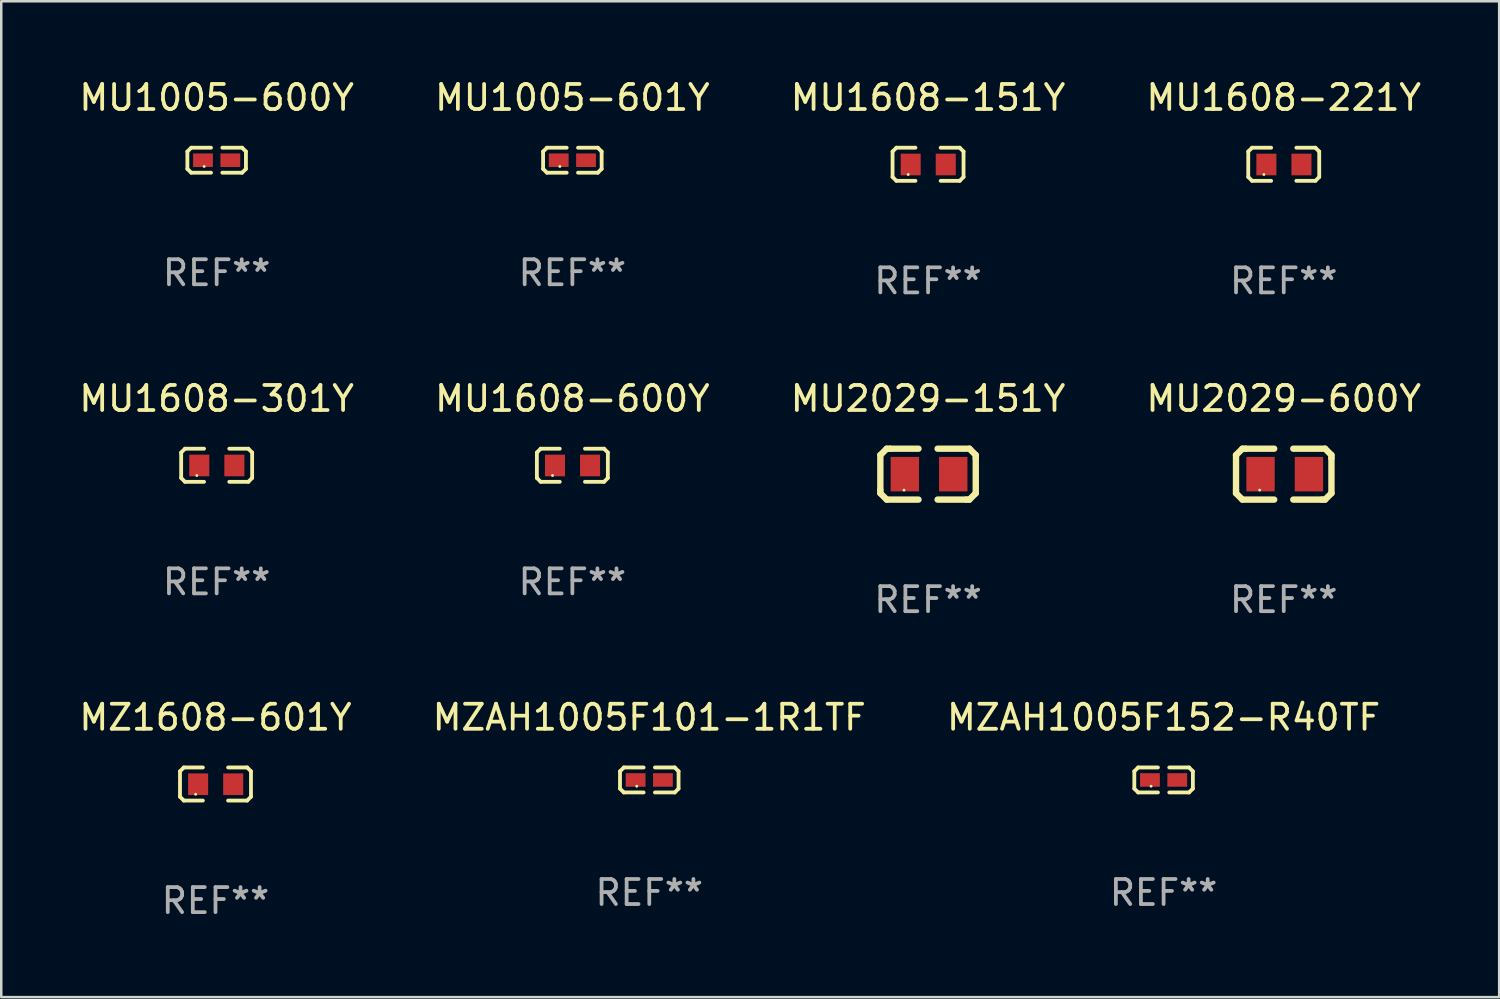
<source format=kicad_pcb>
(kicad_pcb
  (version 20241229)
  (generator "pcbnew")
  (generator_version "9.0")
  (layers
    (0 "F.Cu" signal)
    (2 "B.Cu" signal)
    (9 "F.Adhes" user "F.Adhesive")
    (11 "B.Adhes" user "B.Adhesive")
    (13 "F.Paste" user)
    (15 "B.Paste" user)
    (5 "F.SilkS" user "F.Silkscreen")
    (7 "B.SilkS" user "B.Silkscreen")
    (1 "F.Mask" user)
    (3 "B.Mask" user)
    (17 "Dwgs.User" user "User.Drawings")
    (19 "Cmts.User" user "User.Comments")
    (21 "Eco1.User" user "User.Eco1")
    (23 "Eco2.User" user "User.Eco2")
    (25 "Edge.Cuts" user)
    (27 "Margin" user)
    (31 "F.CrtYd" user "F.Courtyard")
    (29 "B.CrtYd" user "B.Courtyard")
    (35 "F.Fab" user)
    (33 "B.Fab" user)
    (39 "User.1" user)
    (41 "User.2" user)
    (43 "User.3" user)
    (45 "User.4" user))
  (footprint "MZAH1005F101-1R1TF"
    (layer "F.Cu")
    (at 22.875 28.093)
    (property "Reference" "MZAH1005F101-1R1TF" (at 0 -2.499 0) (layer "F.SilkS") (effects (font (size 1 1) (thickness 0.15))))
    (attr through_hole)
    (fp_line (start -1.169 -0.346) (end -1.016 -0.499) (stroke (width 0.152) (type solid)) (layer "F.SilkS"))
    (fp_line (start -1.169 0.346) (end -1.169 -0.346) (stroke (width 0.152) (type solid)) (layer "F.SilkS"))
    (fp_line (start -1.016 -0.499) (end -0.226 -0.499) (stroke (width 0.152) (type solid)) (layer "F.SilkS"))
    (fp_line (start -1.016 0.499) (end -1.169 0.346) (stroke (width 0.152) (type solid)) (layer "F.SilkS"))
    (fp_line (start -0.226 0.499) (end -1.016 0.499) (stroke (width 0.152) (type solid)) (layer "F.SilkS"))
    (fp_line (start 0.226 0.499) (end 1.016 0.499) (stroke (width 0.152) (type solid)) (layer "F.SilkS"))
    (fp_line (start 1.016 -0.499) (end 0.226 -0.499) (stroke (width 0.152) (type solid)) (layer "F.SilkS"))
    (fp_line (start 1.016 0.499) (end 1.169 0.346) (stroke (width 0.152) (type solid)) (layer "F.SilkS"))
    (fp_line (start 1.169 -0.346) (end 1.016 -0.499) (stroke (width 0.152) (type solid)) (layer "F.SilkS"))
    (fp_line (start 1.169 0.346) (end 1.169 -0.346) (stroke (width 0.152) (type solid)) (layer "F.SilkS"))
    (fp_circle (center -0.5 0.25) (end -0.47 0.25) (stroke (width 0.06) (type solid)) (fill no) (layer "F.SilkS"))
    (fp_text user "REF**" (at 0 4.499 0) (layer "F.Fab") (effects (font (size 1 1) (thickness 0.15))))
    (pad "1" smd rect (at -0.545 0) (size 0.79 0.54) (layers "F.Cu" "F.Mask" "F.Paste"))
    (pad "2" smd rect (at 0.545 0) (size 0.79 0.54) (layers "F.Cu" "F.Mask" "F.Paste")))
  (footprint "MU1005-601Y"
    (layer "F.Cu")
    (at 19.804 3.347)
    (property "Reference" "MU1005-601Y" (at 0 -2.499 0) (layer "F.SilkS") (effects (font (size 1 1) (thickness 0.15))))
    (attr through_hole)
    (fp_line (start -1.169 -0.346) (end -1.016 -0.499) (stroke (width 0.152) (type solid)) (layer "F.SilkS"))
    (fp_line (start -1.169 0.346) (end -1.169 -0.346) (stroke (width 0.152) (type solid)) (layer "F.SilkS"))
    (fp_line (start -1.016 -0.499) (end -0.226 -0.499) (stroke (width 0.152) (type solid)) (layer "F.SilkS"))
    (fp_line (start -1.016 0.499) (end -1.169 0.346) (stroke (width 0.152) (type solid)) (layer "F.SilkS"))
    (fp_line (start -0.226 0.499) (end -1.016 0.499) (stroke (width 0.152) (type solid)) (layer "F.SilkS"))
    (fp_line (start 0.226 0.499) (end 1.016 0.499) (stroke (width 0.152) (type solid)) (layer "F.SilkS"))
    (fp_line (start 1.016 -0.499) (end 0.226 -0.499) (stroke (width 0.152) (type solid)) (layer "F.SilkS"))
    (fp_line (start 1.016 0.499) (end 1.169 0.346) (stroke (width 0.152) (type solid)) (layer "F.SilkS"))
    (fp_line (start 1.169 -0.346) (end 1.016 -0.499) (stroke (width 0.152) (type solid)) (layer "F.SilkS"))
    (fp_line (start 1.169 0.346) (end 1.169 -0.346) (stroke (width 0.152) (type solid)) (layer "F.SilkS"))
    (fp_circle (center -0.5 0.25) (end -0.47 0.25) (stroke (width 0.06) (type solid)) (fill no) (layer "F.SilkS"))
    (fp_text user "REF**" (at 0 4.499 0) (layer "F.Fab") (effects (font (size 1 1) (thickness 0.15))))
    (pad "1" smd rect (at -0.545 0) (size 0.79 0.54) (layers "F.Cu" "F.Mask" "F.Paste"))
    (pad "2" smd rect (at 0.545 0) (size 0.79 0.54) (layers "F.Cu" "F.Mask" "F.Paste")))
  (footprint "MU1608-151Y"
    (layer "F.Cu")
    (at 34.006 3.509)
    (property "Reference" "MU1608-151Y" (at 0 -2.661 0) (layer "F.SilkS") (effects (font (size 1 1) (thickness 0.15))))
    (attr through_hole)
    (fp_line (start -1.417 -0.508) (end -1.265 -0.661) (stroke (width 0.152) (type solid)) (layer "F.SilkS"))
    (fp_line (start -1.417 0.508) (end -1.417 -0.508) (stroke (width 0.152) (type solid)) (layer "F.SilkS"))
    (fp_line (start -1.265 -0.661) (end -0.503 -0.661) (stroke (width 0.152) (type solid)) (layer "F.SilkS"))
    (fp_line (start -1.265 0.661) (end -1.417 0.508) (stroke (width 0.152) (type solid)) (layer "F.SilkS"))
    (fp_line (start -1.265 0.661) (end -0.503 0.661) (stroke (width 0.152) (type solid)) (layer "F.SilkS"))
    (fp_line (start 1.265 -0.661) (end 0.503 -0.661) (stroke (width 0.152) (type solid)) (layer "F.SilkS"))
    (fp_line (start 1.265 -0.661) (end 1.417 -0.508) (stroke (width 0.152) (type solid)) (layer "F.SilkS"))
    (fp_line (start 1.265 0.661) (end 0.503 0.661) (stroke (width 0.152) (type solid)) (layer "F.SilkS"))
    (fp_line (start 1.417 -0.508) (end 1.417 0.508) (stroke (width 0.152) (type solid)) (layer "F.SilkS"))
    (fp_line (start 1.417 0.508) (end 1.265 0.661) (stroke (width 0.152) (type solid)) (layer "F.SilkS"))
    (fp_circle (center -0.793 0.409) (end -0.763 0.409) (stroke (width 0.06) (type solid)) (fill no) (layer "F.SilkS"))
    (fp_text user "REF**" (at 0 4.661 0) (layer "F.Fab") (effects (font (size 1 1) (thickness 0.15))))
    (pad "1" smd rect (at -0.693 0.009 180) (size 0.8 0.864) (layers "F.Cu" "F.Mask" "F.Paste"))
    (pad "2" smd rect (at 0.707 0.009 180) (size 0.8 0.864) (layers "F.Cu" "F.Mask" "F.Paste")))
  (footprint "MU1608-221Y"
    (layer "F.Cu")
    (at 48.208 3.509)
    (property "Reference" "MU1608-221Y" (at 0 -2.661 0) (layer "F.SilkS") (effects (font (size 1 1) (thickness 0.15))))
    (attr through_hole)
    (fp_line (start -1.417 -0.508) (end -1.265 -0.661) (stroke (width 0.152) (type solid)) (layer "F.SilkS"))
    (fp_line (start -1.417 0.508) (end -1.417 -0.508) (stroke (width 0.152) (type solid)) (layer "F.SilkS"))
    (fp_line (start -1.265 -0.661) (end -0.503 -0.661) (stroke (width 0.152) (type solid)) (layer "F.SilkS"))
    (fp_line (start -1.265 0.661) (end -1.417 0.508) (stroke (width 0.152) (type solid)) (layer "F.SilkS"))
    (fp_line (start -1.265 0.661) (end -0.503 0.661) (stroke (width 0.152) (type solid)) (layer "F.SilkS"))
    (fp_line (start 1.265 -0.661) (end 0.503 -0.661) (stroke (width 0.152) (type solid)) (layer "F.SilkS"))
    (fp_line (start 1.265 -0.661) (end 1.417 -0.508) (stroke (width 0.152) (type solid)) (layer "F.SilkS"))
    (fp_line (start 1.265 0.661) (end 0.503 0.661) (stroke (width 0.152) (type solid)) (layer "F.SilkS"))
    (fp_line (start 1.417 -0.508) (end 1.417 0.508) (stroke (width 0.152) (type solid)) (layer "F.SilkS"))
    (fp_line (start 1.417 0.508) (end 1.265 0.661) (stroke (width 0.152) (type solid)) (layer "F.SilkS"))
    (fp_circle (center -0.793 0.409) (end -0.763 0.409) (stroke (width 0.06) (type solid)) (fill no) (layer "F.SilkS"))
    (fp_text user "REF**" (at 0 4.661 0) (layer "F.Fab") (effects (font (size 1 1) (thickness 0.15))))
    (pad "1" smd rect (at -0.693 0.009 180) (size 0.8 0.864) (layers "F.Cu" "F.Mask" "F.Paste"))
    (pad "2" smd rect (at 0.707 0.009 180) (size 0.8 0.864) (layers "F.Cu" "F.Mask" "F.Paste")))
  (footprint "MU1608-600Y"
    (layer "F.Cu")
    (at 19.804 15.527)
    (property "Reference" "MU1608-600Y" (at 0 -2.661 0) (layer "F.SilkS") (effects (font (size 1 1) (thickness 0.15))))
    (attr through_hole)
    (fp_line (start -1.417 -0.508) (end -1.265 -0.661) (stroke (width 0.152) (type solid)) (layer "F.SilkS"))
    (fp_line (start -1.417 0.508) (end -1.417 -0.508) (stroke (width 0.152) (type solid)) (layer "F.SilkS"))
    (fp_line (start -1.265 -0.661) (end -0.503 -0.661) (stroke (width 0.152) (type solid)) (layer "F.SilkS"))
    (fp_line (start -1.265 0.661) (end -1.417 0.508) (stroke (width 0.152) (type solid)) (layer "F.SilkS"))
    (fp_line (start -1.265 0.661) (end -0.503 0.661) (stroke (width 0.152) (type solid)) (layer "F.SilkS"))
    (fp_line (start 1.265 -0.661) (end 0.503 -0.661) (stroke (width 0.152) (type solid)) (layer "F.SilkS"))
    (fp_line (start 1.265 -0.661) (end 1.417 -0.508) (stroke (width 0.152) (type solid)) (layer "F.SilkS"))
    (fp_line (start 1.265 0.661) (end 0.503 0.661) (stroke (width 0.152) (type solid)) (layer "F.SilkS"))
    (fp_line (start 1.417 -0.508) (end 1.417 0.508) (stroke (width 0.152) (type solid)) (layer "F.SilkS"))
    (fp_line (start 1.417 0.508) (end 1.265 0.661) (stroke (width 0.152) (type solid)) (layer "F.SilkS"))
    (fp_circle (center -0.793 0.409) (end -0.763 0.409) (stroke (width 0.06) (type solid)) (fill no) (layer "F.SilkS"))
    (fp_text user "REF**" (at 0 4.661 0) (layer "F.Fab") (effects (font (size 1 1) (thickness 0.15))))
    (pad "1" smd rect (at -0.693 0.009 180) (size 0.8 0.864) (layers "F.Cu" "F.Mask" "F.Paste"))
    (pad "2" smd rect (at 0.707 0.009 180) (size 0.8 0.864) (layers "F.Cu" "F.Mask" "F.Paste")))
  (footprint "MU2029-151Y"
    (layer "F.Cu")
    (at 34.006 15.882)
    (property "Reference" "MU2029-151Y" (at 0 -3.016 0) (layer "F.SilkS") (effects (font (size 1 1) (thickness 0.15))))
    (attr through_hole)
    (fp_line (start -1.905 -0.762) (end -1.905 0.635) (stroke (width 0.254) (type solid)) (layer "F.SilkS"))
    (fp_line (start -1.905 0.635) (end -1.905 0.762) (stroke (width 0.254) (type solid)) (layer "F.SilkS"))
    (fp_line (start -1.905 0.762) (end -1.651 1.016) (stroke (width 0.254) (type solid)) (layer "F.SilkS"))
    (fp_line (start -1.651 -1.016) (end -1.905 -0.762) (stroke (width 0.254) (type solid)) (layer "F.SilkS"))
    (fp_line (start -1.651 1.016) (end -0.381 1.016) (stroke (width 0.254) (type solid)) (layer "F.SilkS"))
    (fp_line (start -1.524 -1.016) (end -1.651 -1.016) (stroke (width 0.254) (type solid)) (layer "F.SilkS"))
    (fp_line (start -0.381 -1.016) (end -1.524 -1.016) (stroke (width 0.254) (type solid)) (layer "F.SilkS"))
    (fp_line (start 0.381 1.016) (end 1.524 1.016) (stroke (width 0.254) (type solid)) (layer "F.SilkS"))
    (fp_line (start 1.524 1.016) (end 1.651 1.016) (stroke (width 0.254) (type solid)) (layer "F.SilkS"))
    (fp_line (start 1.651 -1.016) (end 0.381 -1.016) (stroke (width 0.254) (type solid)) (layer "F.SilkS"))
    (fp_line (start 1.651 1.016) (end 1.905 0.762) (stroke (width 0.254) (type solid)) (layer "F.SilkS"))
    (fp_line (start 1.905 -0.762) (end 1.651 -1.016) (stroke (width 0.254) (type solid)) (layer "F.SilkS"))
    (fp_line (start 1.905 -0.635) (end 1.905 -0.762) (stroke (width 0.254) (type solid)) (layer "F.SilkS"))
    (fp_line (start 1.905 0.762) (end 1.905 -0.635) (stroke (width 0.254) (type solid)) (layer "F.SilkS"))
    (fp_circle (center -0.96 0.637) (end -0.93 0.637) (stroke (width 0.06) (type solid)) (fill no) (layer "F.SilkS"))
    (fp_text user "REF**" (at 0 5.016 0) (layer "F.Fab") (effects (font (size 1 1) (thickness 0.15))))
    (pad "1" smd rect (at -0.926 -0.000051) (size 1.133 1.377) (layers "F.Cu" "F.Mask" "F.Paste"))
    (pad "2" smd rect (at 1.006 -0.000051) (size 1.133 1.377) (layers "F.Cu" "F.Mask" "F.Paste")))
  (footprint "MU1608-301Y"
    (layer "F.Cu")
    (at 5.601 15.527)
    (property "Reference" "MU1608-301Y" (at 0 -2.661 0) (layer "F.SilkS") (effects (font (size 1 1) (thickness 0.15))))
    (attr through_hole)
    (fp_line (start -1.417 -0.508) (end -1.265 -0.661) (stroke (width 0.152) (type solid)) (layer "F.SilkS"))
    (fp_line (start -1.417 0.508) (end -1.417 -0.508) (stroke (width 0.152) (type solid)) (layer "F.SilkS"))
    (fp_line (start -1.265 -0.661) (end -0.503 -0.661) (stroke (width 0.152) (type solid)) (layer "F.SilkS"))
    (fp_line (start -1.265 0.661) (end -1.417 0.508) (stroke (width 0.152) (type solid)) (layer "F.SilkS"))
    (fp_line (start -1.265 0.661) (end -0.503 0.661) (stroke (width 0.152) (type solid)) (layer "F.SilkS"))
    (fp_line (start 1.265 -0.661) (end 0.503 -0.661) (stroke (width 0.152) (type solid)) (layer "F.SilkS"))
    (fp_line (start 1.265 -0.661) (end 1.417 -0.508) (stroke (width 0.152) (type solid)) (layer "F.SilkS"))
    (fp_line (start 1.265 0.661) (end 0.503 0.661) (stroke (width 0.152) (type solid)) (layer "F.SilkS"))
    (fp_line (start 1.417 -0.508) (end 1.417 0.508) (stroke (width 0.152) (type solid)) (layer "F.SilkS"))
    (fp_line (start 1.417 0.508) (end 1.265 0.661) (stroke (width 0.152) (type solid)) (layer "F.SilkS"))
    (fp_circle (center -0.793 0.409) (end -0.763 0.409) (stroke (width 0.06) (type solid)) (fill no) (layer "F.SilkS"))
    (fp_text user "REF**" (at 0 4.661 0) (layer "F.Fab") (effects (font (size 1 1) (thickness 0.15))))
    (pad "1" smd rect (at -0.693 0.009 180) (size 0.8 0.864) (layers "F.Cu" "F.Mask" "F.Paste"))
    (pad "2" smd rect (at 0.707 0.009 180) (size 0.8 0.864) (layers "F.Cu" "F.Mask" "F.Paste")))
  (footprint "MU2029-600Y"
    (layer "F.Cu")
    (at 48.208 15.882)
    (property "Reference" "MU2029-600Y" (at 0 -3.016 0) (layer "F.SilkS") (effects (font (size 1 1) (thickness 0.15))))
    (attr through_hole)
    (fp_line (start -1.905 -0.762) (end -1.905 0.635) (stroke (width 0.254) (type solid)) (layer "F.SilkS"))
    (fp_line (start -1.905 0.635) (end -1.905 0.762) (stroke (width 0.254) (type solid)) (layer "F.SilkS"))
    (fp_line (start -1.905 0.762) (end -1.651 1.016) (stroke (width 0.254) (type solid)) (layer "F.SilkS"))
    (fp_line (start -1.651 -1.016) (end -1.905 -0.762) (stroke (width 0.254) (type solid)) (layer "F.SilkS"))
    (fp_line (start -1.651 1.016) (end -0.381 1.016) (stroke (width 0.254) (type solid)) (layer "F.SilkS"))
    (fp_line (start -1.524 -1.016) (end -1.651 -1.016) (stroke (width 0.254) (type solid)) (layer "F.SilkS"))
    (fp_line (start -0.381 -1.016) (end -1.524 -1.016) (stroke (width 0.254) (type solid)) (layer "F.SilkS"))
    (fp_line (start 0.381 1.016) (end 1.524 1.016) (stroke (width 0.254) (type solid)) (layer "F.SilkS"))
    (fp_line (start 1.524 1.016) (end 1.651 1.016) (stroke (width 0.254) (type solid)) (layer "F.SilkS"))
    (fp_line (start 1.651 -1.016) (end 0.381 -1.016) (stroke (width 0.254) (type solid)) (layer "F.SilkS"))
    (fp_line (start 1.651 1.016) (end 1.905 0.762) (stroke (width 0.254) (type solid)) (layer "F.SilkS"))
    (fp_line (start 1.905 -0.762) (end 1.651 -1.016) (stroke (width 0.254) (type solid)) (layer "F.SilkS"))
    (fp_line (start 1.905 -0.635) (end 1.905 -0.762) (stroke (width 0.254) (type solid)) (layer "F.SilkS"))
    (fp_line (start 1.905 0.762) (end 1.905 -0.635) (stroke (width 0.254) (type solid)) (layer "F.SilkS"))
    (fp_circle (center -0.96 0.637) (end -0.93 0.637) (stroke (width 0.06) (type solid)) (fill no) (layer "F.SilkS"))
    (fp_text user "REF**" (at 0 5.016 0) (layer "F.Fab") (effects (font (size 1 1) (thickness 0.15))))
    (pad "1" smd rect (at -0.926 -0.000051) (size 1.133 1.377) (layers "F.Cu" "F.Mask" "F.Paste"))
    (pad "2" smd rect (at 1.006 -0.000051) (size 1.133 1.377) (layers "F.Cu" "F.Mask" "F.Paste")))
  (footprint "MU1005-600Y"
    (layer "F.Cu")
    (at 5.601 3.347)
    (property "Reference" "MU1005-600Y" (at 0 -2.499 0) (layer "F.SilkS") (effects (font (size 1 1) (thickness 0.15))))
    (attr through_hole)
    (fp_line (start -1.169 -0.346) (end -1.016 -0.499) (stroke (width 0.152) (type solid)) (layer "F.SilkS"))
    (fp_line (start -1.169 0.346) (end -1.169 -0.346) (stroke (width 0.152) (type solid)) (layer "F.SilkS"))
    (fp_line (start -1.016 -0.499) (end -0.226 -0.499) (stroke (width 0.152) (type solid)) (layer "F.SilkS"))
    (fp_line (start -1.016 0.499) (end -1.169 0.346) (stroke (width 0.152) (type solid)) (layer "F.SilkS"))
    (fp_line (start -0.226 0.499) (end -1.016 0.499) (stroke (width 0.152) (type solid)) (layer "F.SilkS"))
    (fp_line (start 0.226 0.499) (end 1.016 0.499) (stroke (width 0.152) (type solid)) (layer "F.SilkS"))
    (fp_line (start 1.016 -0.499) (end 0.226 -0.499) (stroke (width 0.152) (type solid)) (layer "F.SilkS"))
    (fp_line (start 1.016 0.499) (end 1.169 0.346) (stroke (width 0.152) (type solid)) (layer "F.SilkS"))
    (fp_line (start 1.169 -0.346) (end 1.016 -0.499) (stroke (width 0.152) (type solid)) (layer "F.SilkS"))
    (fp_line (start 1.169 0.346) (end 1.169 -0.346) (stroke (width 0.152) (type solid)) (layer "F.SilkS"))
    (fp_circle (center -0.5 0.25) (end -0.47 0.25) (stroke (width 0.06) (type solid)) (fill no) (layer "F.SilkS"))
    (fp_text user "REF**" (at 0 4.499 0) (layer "F.Fab") (effects (font (size 1 1) (thickness 0.15))))
    (pad "1" smd rect (at -0.545 0) (size 0.79 0.54) (layers "F.Cu" "F.Mask" "F.Paste"))
    (pad "2" smd rect (at 0.545 0) (size 0.79 0.54) (layers "F.Cu" "F.Mask" "F.Paste")))
  (footprint "MZ1608-601Y"
    (layer "F.Cu")
    (at 5.554 28.255)
    (property "Reference" "MZ1608-601Y" (at 0 -2.661 0) (layer "F.SilkS") (effects (font (size 1 1) (thickness 0.15))))
    (attr through_hole)
    (fp_line (start -1.417 -0.508) (end -1.265 -0.661) (stroke (width 0.152) (type solid)) (layer "F.SilkS"))
    (fp_line (start -1.417 0.508) (end -1.417 -0.508) (stroke (width 0.152) (type solid)) (layer "F.SilkS"))
    (fp_line (start -1.265 -0.661) (end -0.503 -0.661) (stroke (width 0.152) (type solid)) (layer "F.SilkS"))
    (fp_line (start -1.265 0.661) (end -1.417 0.508) (stroke (width 0.152) (type solid)) (layer "F.SilkS"))
    (fp_line (start -1.265 0.661) (end -0.503 0.661) (stroke (width 0.152) (type solid)) (layer "F.SilkS"))
    (fp_line (start 1.265 -0.661) (end 0.503 -0.661) (stroke (width 0.152) (type solid)) (layer "F.SilkS"))
    (fp_line (start 1.265 -0.661) (end 1.417 -0.508) (stroke (width 0.152) (type solid)) (layer "F.SilkS"))
    (fp_line (start 1.265 0.661) (end 0.503 0.661) (stroke (width 0.152) (type solid)) (layer "F.SilkS"))
    (fp_line (start 1.417 -0.508) (end 1.417 0.508) (stroke (width 0.152) (type solid)) (layer "F.SilkS"))
    (fp_line (start 1.417 0.508) (end 1.265 0.661) (stroke (width 0.152) (type solid)) (layer "F.SilkS"))
    (fp_circle (center -0.793 0.409) (end -0.763 0.409) (stroke (width 0.06) (type solid)) (fill no) (layer "F.SilkS"))
    (fp_text user "REF**" (at 0 4.661 0) (layer "F.Fab") (effects (font (size 1 1) (thickness 0.15))))
    (pad "1" smd rect (at -0.693 0.009 180) (size 0.8 0.864) (layers "F.Cu" "F.Mask" "F.Paste"))
    (pad "2" smd rect (at 0.707 0.009 180) (size 0.8 0.864) (layers "F.Cu" "F.Mask" "F.Paste")))
  (footprint "MZAH1005F152-R40TF"
    (layer "F.Cu")
    (at 43.411 28.093)
    (property "Reference" "MZAH1005F152-R40TF" (at 0 -2.499 0) (layer "F.SilkS") (effects (font (size 1 1) (thickness 0.15))))
    (attr through_hole)
    (fp_line (start -1.169 -0.346) (end -1.016 -0.499) (stroke (width 0.152) (type solid)) (layer "F.SilkS"))
    (fp_line (start -1.169 0.346) (end -1.169 -0.346) (stroke (width 0.152) (type solid)) (layer "F.SilkS"))
    (fp_line (start -1.016 -0.499) (end -0.226 -0.499) (stroke (width 0.152) (type solid)) (layer "F.SilkS"))
    (fp_line (start -1.016 0.499) (end -1.169 0.346) (stroke (width 0.152) (type solid)) (layer "F.SilkS"))
    (fp_line (start -0.226 0.499) (end -1.016 0.499) (stroke (width 0.152) (type solid)) (layer "F.SilkS"))
    (fp_line (start 0.226 0.499) (end 1.016 0.499) (stroke (width 0.152) (type solid)) (layer "F.SilkS"))
    (fp_line (start 1.016 -0.499) (end 0.226 -0.499) (stroke (width 0.152) (type solid)) (layer "F.SilkS"))
    (fp_line (start 1.016 0.499) (end 1.169 0.346) (stroke (width 0.152) (type solid)) (layer "F.SilkS"))
    (fp_line (start 1.169 -0.346) (end 1.016 -0.499) (stroke (width 0.152) (type solid)) (layer "F.SilkS"))
    (fp_line (start 1.169 0.346) (end 1.169 -0.346) (stroke (width 0.152) (type solid)) (layer "F.SilkS"))
    (fp_circle (center -0.5 0.25) (end -0.47 0.25) (stroke (width 0.06) (type solid)) (fill no) (layer "F.SilkS"))
    (fp_text user "REF**" (at 0 4.499 0) (layer "F.Fab") (effects (font (size 1 1) (thickness 0.15))))
    (pad "1" smd rect (at -0.545 0) (size 0.79 0.54) (layers "F.Cu" "F.Mask" "F.Paste"))
    (pad "2" smd rect (at 0.545 0) (size 0.79 0.54) (layers "F.Cu" "F.Mask" "F.Paste")))
  (gr_rect
    (start -3 -3)
    (end 56.81 36.764)
    (stroke (width 0.1) (type default))
    (fill no)
    (layer "Edge.Cuts")))
</source>
